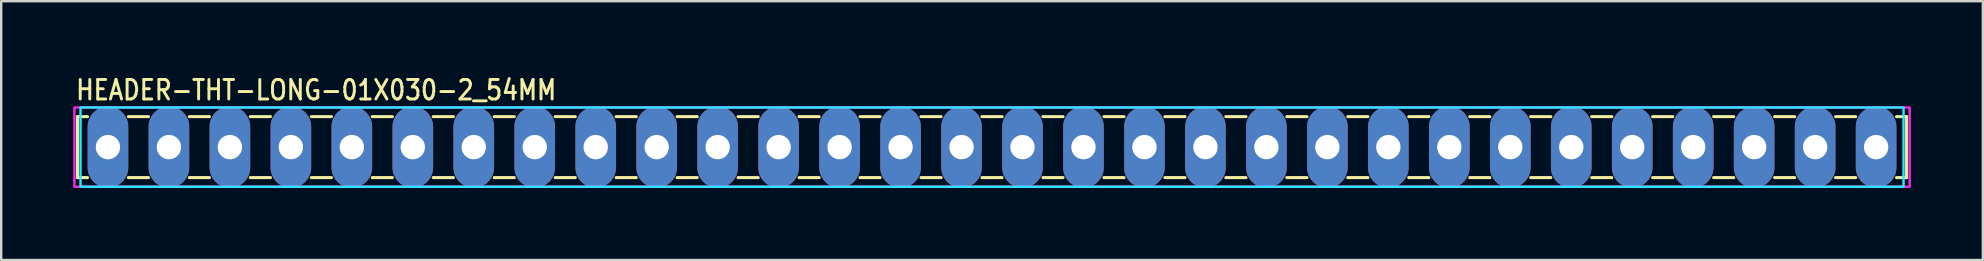
<source format=kicad_pcb>
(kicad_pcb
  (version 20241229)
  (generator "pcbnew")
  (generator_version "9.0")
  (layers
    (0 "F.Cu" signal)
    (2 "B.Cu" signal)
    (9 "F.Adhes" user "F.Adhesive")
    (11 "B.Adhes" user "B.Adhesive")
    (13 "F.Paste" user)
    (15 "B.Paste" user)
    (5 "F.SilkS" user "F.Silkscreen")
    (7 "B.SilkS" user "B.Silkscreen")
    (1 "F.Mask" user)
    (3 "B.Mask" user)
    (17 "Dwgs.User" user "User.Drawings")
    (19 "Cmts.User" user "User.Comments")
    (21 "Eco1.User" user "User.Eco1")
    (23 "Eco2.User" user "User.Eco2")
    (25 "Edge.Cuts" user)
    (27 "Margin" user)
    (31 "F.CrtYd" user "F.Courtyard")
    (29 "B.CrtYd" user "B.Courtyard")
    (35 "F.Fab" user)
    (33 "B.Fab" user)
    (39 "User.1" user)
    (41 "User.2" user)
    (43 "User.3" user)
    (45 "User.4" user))
  (footprint "HEADER-THT-LONG-01X030-2_54MM"
    (layer "F.Cu")
    (at 1.447 3.079)
    (property "Reference" "HEADER-THT-LONG-01X030-2_54MM" (at -1.4 -1.9 0) (unlocked yes) (layer "F.SilkS") (effects (font (size 0.813 0.695) (thickness 0.122)) (justify left bottom)))
    (fp_line (start -1.27 -1.27) (end -1.27 1.27) (stroke (width 0.127) (type solid)) (layer "F.SilkS"))
    (fp_line (start -1.27 1.27) (end -0.85 1.27) (stroke (width 0.127) (type solid)) (layer "F.SilkS"))
    (fp_line (start -0.85 -1.27) (end -1.27 -1.27) (stroke (width 0.127) (type solid)) (layer "F.SilkS"))
    (fp_line (start 0.85 -1.27) (end 1.69 -1.27) (stroke (width 0.127) (type solid)) (layer "F.SilkS"))
    (fp_line (start 0.85 1.27) (end 1.69 1.27) (stroke (width 0.127) (type solid)) (layer "F.SilkS"))
    (fp_line (start 3.39 -1.27) (end 4.23 -1.27) (stroke (width 0.127) (type solid)) (layer "F.SilkS"))
    (fp_line (start 3.39 1.27) (end 4.23 1.27) (stroke (width 0.127) (type solid)) (layer "F.SilkS"))
    (fp_line (start 5.93 -1.27) (end 6.77 -1.27) (stroke (width 0.127) (type solid)) (layer "F.SilkS"))
    (fp_line (start 5.93 1.27) (end 6.77 1.27) (stroke (width 0.127) (type solid)) (layer "F.SilkS"))
    (fp_line (start 8.47 -1.27) (end 9.31 -1.27) (stroke (width 0.127) (type solid)) (layer "F.SilkS"))
    (fp_line (start 8.47 1.27) (end 9.31 1.27) (stroke (width 0.127) (type solid)) (layer "F.SilkS"))
    (fp_line (start 11.01 -1.27) (end 11.85 -1.27) (stroke (width 0.127) (type solid)) (layer "F.SilkS"))
    (fp_line (start 11.01 1.27) (end 11.85 1.27) (stroke (width 0.127) (type solid)) (layer "F.SilkS"))
    (fp_line (start 13.55 -1.27) (end 14.39 -1.27) (stroke (width 0.127) (type solid)) (layer "F.SilkS"))
    (fp_line (start 13.55 1.27) (end 14.39 1.27) (stroke (width 0.127) (type solid)) (layer "F.SilkS"))
    (fp_line (start 16.09 -1.27) (end 16.93 -1.27) (stroke (width 0.127) (type solid)) (layer "F.SilkS"))
    (fp_line (start 16.09 1.27) (end 16.93 1.27) (stroke (width 0.127) (type solid)) (layer "F.SilkS"))
    (fp_line (start 18.63 -1.27) (end 19.47 -1.27) (stroke (width 0.127) (type solid)) (layer "F.SilkS"))
    (fp_line (start 18.63 1.27) (end 19.47 1.27) (stroke (width 0.127) (type solid)) (layer "F.SilkS"))
    (fp_line (start 21.17 -1.27) (end 22.01 -1.27) (stroke (width 0.127) (type solid)) (layer "F.SilkS"))
    (fp_line (start 21.17 1.27) (end 22.01 1.27) (stroke (width 0.127) (type solid)) (layer "F.SilkS"))
    (fp_line (start 23.71 -1.27) (end 24.55 -1.27) (stroke (width 0.127) (type solid)) (layer "F.SilkS"))
    (fp_line (start 23.71 1.27) (end 24.55 1.27) (stroke (width 0.127) (type solid)) (layer "F.SilkS"))
    (fp_line (start 26.25 -1.27) (end 27.09 -1.27) (stroke (width 0.127) (type solid)) (layer "F.SilkS"))
    (fp_line (start 26.25 1.27) (end 27.09 1.27) (stroke (width 0.127) (type solid)) (layer "F.SilkS"))
    (fp_line (start 28.79 -1.27) (end 29.63 -1.27) (stroke (width 0.127) (type solid)) (layer "F.SilkS"))
    (fp_line (start 28.79 1.27) (end 29.63 1.27) (stroke (width 0.127) (type solid)) (layer "F.SilkS"))
    (fp_line (start 31.33 -1.27) (end 32.17 -1.27) (stroke (width 0.127) (type solid)) (layer "F.SilkS"))
    (fp_line (start 31.33 1.27) (end 32.17 1.27) (stroke (width 0.127) (type solid)) (layer "F.SilkS"))
    (fp_line (start 33.87 -1.27) (end 34.71 -1.27) (stroke (width 0.127) (type solid)) (layer "F.SilkS"))
    (fp_line (start 33.87 1.27) (end 34.71 1.27) (stroke (width 0.127) (type solid)) (layer "F.SilkS"))
    (fp_line (start 36.41 -1.27) (end 37.25 -1.27) (stroke (width 0.127) (type solid)) (layer "F.SilkS"))
    (fp_line (start 36.41 1.27) (end 37.25 1.27) (stroke (width 0.127) (type solid)) (layer "F.SilkS"))
    (fp_line (start 38.95 -1.27) (end 39.79 -1.27) (stroke (width 0.127) (type solid)) (layer "F.SilkS"))
    (fp_line (start 38.95 1.27) (end 39.79 1.27) (stroke (width 0.127) (type solid)) (layer "F.SilkS"))
    (fp_line (start 41.49 -1.27) (end 42.33 -1.27) (stroke (width 0.127) (type solid)) (layer "F.SilkS"))
    (fp_line (start 41.49 1.27) (end 42.33 1.27) (stroke (width 0.127) (type solid)) (layer "F.SilkS"))
    (fp_line (start 44.03 -1.27) (end 44.87 -1.27) (stroke (width 0.127) (type solid)) (layer "F.SilkS"))
    (fp_line (start 44.03 1.27) (end 44.87 1.27) (stroke (width 0.127) (type solid)) (layer "F.SilkS"))
    (fp_line (start 46.57 -1.27) (end 47.41 -1.27) (stroke (width 0.127) (type solid)) (layer "F.SilkS"))
    (fp_line (start 46.57 1.27) (end 47.41 1.27) (stroke (width 0.127) (type solid)) (layer "F.SilkS"))
    (fp_line (start 49.11 -1.27) (end 49.95 -1.27) (stroke (width 0.127) (type solid)) (layer "F.SilkS"))
    (fp_line (start 49.11 1.27) (end 49.95 1.27) (stroke (width 0.127) (type solid)) (layer "F.SilkS"))
    (fp_line (start 51.65 -1.27) (end 52.49 -1.27) (stroke (width 0.127) (type solid)) (layer "F.SilkS"))
    (fp_line (start 51.65 1.27) (end 52.49 1.27) (stroke (width 0.127) (type solid)) (layer "F.SilkS"))
    (fp_line (start 54.19 -1.27) (end 55.03 -1.27) (stroke (width 0.127) (type solid)) (layer "F.SilkS"))
    (fp_line (start 54.19 1.27) (end 55.03 1.27) (stroke (width 0.127) (type solid)) (layer "F.SilkS"))
    (fp_line (start 56.73 -1.27) (end 57.57 -1.27) (stroke (width 0.127) (type solid)) (layer "F.SilkS"))
    (fp_line (start 56.73 1.27) (end 57.57 1.27) (stroke (width 0.127) (type solid)) (layer "F.SilkS"))
    (fp_line (start 59.27 -1.27) (end 60.11 -1.27) (stroke (width 0.127) (type solid)) (layer "F.SilkS"))
    (fp_line (start 59.27 1.27) (end 60.11 1.27) (stroke (width 0.127) (type solid)) (layer "F.SilkS"))
    (fp_line (start 61.81 -1.27) (end 62.65 -1.27) (stroke (width 0.127) (type solid)) (layer "F.SilkS"))
    (fp_line (start 61.81 1.27) (end 62.65 1.27) (stroke (width 0.127) (type solid)) (layer "F.SilkS"))
    (fp_line (start 64.35 -1.27) (end 65.19 -1.27) (stroke (width 0.127) (type solid)) (layer "F.SilkS"))
    (fp_line (start 64.35 1.27) (end 65.19 1.27) (stroke (width 0.127) (type solid)) (layer "F.SilkS"))
    (fp_line (start 66.89 -1.27) (end 67.73 -1.27) (stroke (width 0.127) (type solid)) (layer "F.SilkS"))
    (fp_line (start 66.89 1.27) (end 67.73 1.27) (stroke (width 0.127) (type solid)) (layer "F.SilkS"))
    (fp_line (start 69.43 -1.27) (end 70.27 -1.27) (stroke (width 0.127) (type solid)) (layer "F.SilkS"))
    (fp_line (start 69.43 1.27) (end 70.27 1.27) (stroke (width 0.127) (type solid)) (layer "F.SilkS"))
    (fp_line (start 71.97 -1.27) (end 72.81 -1.27) (stroke (width 0.127) (type solid)) (layer "F.SilkS"))
    (fp_line (start 71.97 1.27) (end 72.81 1.27) (stroke (width 0.127) (type solid)) (layer "F.SilkS"))
    (fp_line (start 74.51 -1.27) (end 74.93 -1.27) (stroke (width 0.127) (type solid)) (layer "F.SilkS"))
    (fp_line (start 74.93 -1.27) (end 74.93 1.27) (stroke (width 0.127) (type solid)) (layer "F.SilkS"))
    (fp_line (start 74.93 1.27) (end 74.51 1.27) (stroke (width 0.127) (type solid)) (layer "F.SilkS"))
    (fp_poly (pts (xy -1.143 -1.651) (xy 74.803 -1.651) (xy 74.803 1.651) (xy -1.143 1.651)) (stroke (width 0.1) (type solid)) (fill no) (layer "B.CrtYd"))
    (fp_poly (pts (xy -1.397 -1.651) (xy 75.057 -1.651) (xy 75.057 1.651) (xy -1.397 1.651)) (stroke (width 0.1) (type solid)) (fill no) (layer "F.CrtYd"))
    (pad "P$1" thru_hole oval (at 0 0 90) (size 3.387 1.693) (drill 1.016) (layers "*.Cu" "*.Mask"))
    (pad "P$2" thru_hole oval (at 2.54 0 90) (size 3.387 1.693) (drill 1.016) (layers "*.Cu" "*.Mask"))
    (pad "P$3" thru_hole oval (at 5.08 0 90) (size 3.387 1.693) (drill 1.016) (layers "*.Cu" "*.Mask"))
    (pad "P$4" thru_hole oval (at 7.62 0 90) (size 3.387 1.693) (drill 1.016) (layers "*.Cu" "*.Mask"))
    (pad "P$5" thru_hole oval (at 10.16 0 90) (size 3.387 1.693) (drill 1.016) (layers "*.Cu" "*.Mask"))
    (pad "P$6" thru_hole oval (at 12.7 0 90) (size 3.387 1.693) (drill 1.016) (layers "*.Cu" "*.Mask"))
    (pad "P$7" thru_hole oval (at 15.24 0 90) (size 3.387 1.693) (drill 1.016) (layers "*.Cu" "*.Mask"))
    (pad "P$8" thru_hole oval (at 17.78 0 90) (size 3.387 1.693) (drill 1.016) (layers "*.Cu" "*.Mask"))
    (pad "P$9" thru_hole oval (at 20.32 0 90) (size 3.387 1.693) (drill 1.016) (layers "*.Cu" "*.Mask"))
    (pad "P$10" thru_hole oval (at 22.86 0 90) (size 3.387 1.693) (drill 1.016) (layers "*.Cu" "*.Mask"))
    (pad "P$11" thru_hole oval (at 25.4 0 90) (size 3.387 1.693) (drill 1.016) (layers "*.Cu" "*.Mask"))
    (pad "P$12" thru_hole oval (at 27.94 0 90) (size 3.387 1.693) (drill 1.016) (layers "*.Cu" "*.Mask"))
    (pad "P$13" thru_hole oval (at 30.48 0 90) (size 3.387 1.693) (drill 1.016) (layers "*.Cu" "*.Mask"))
    (pad "P$14" thru_hole oval (at 33.02 0 90) (size 3.387 1.693) (drill 1.016) (layers "*.Cu" "*.Mask"))
    (pad "P$15" thru_hole oval (at 35.56 0 90) (size 3.387 1.693) (drill 1.016) (layers "*.Cu" "*.Mask"))
    (pad "P$16" thru_hole oval (at 38.1 0 90) (size 3.387 1.693) (drill 1.016) (layers "*.Cu" "*.Mask"))
    (pad "P$17" thru_hole oval (at 40.64 0 90) (size 3.387 1.693) (drill 1.016) (layers "*.Cu" "*.Mask"))
    (pad "P$18" thru_hole oval (at 43.18 0 90) (size 3.387 1.693) (drill 1.016) (layers "*.Cu" "*.Mask"))
    (pad "P$19" thru_hole oval (at 45.72 0 90) (size 3.387 1.693) (drill 1.016) (layers "*.Cu" "*.Mask"))
    (pad "P$20" thru_hole oval (at 48.26 0 90) (size 3.387 1.693) (drill 1.016) (layers "*.Cu" "*.Mask"))
    (pad "P$21" thru_hole oval (at 50.8 0 90) (size 3.387 1.693) (drill 1.016) (layers "*.Cu" "*.Mask"))
    (pad "P$22" thru_hole oval (at 53.34 0 90) (size 3.387 1.693) (drill 1.016) (layers "*.Cu" "*.Mask"))
    (pad "P$23" thru_hole oval (at 55.88 0 90) (size 3.387 1.693) (drill 1.016) (layers "*.Cu" "*.Mask"))
    (pad "P$24" thru_hole oval (at 58.42 0 90) (size 3.387 1.693) (drill 1.016) (layers "*.Cu" "*.Mask"))
    (pad "P$25" thru_hole oval (at 60.96 0 90) (size 3.387 1.693) (drill 1.016) (layers "*.Cu" "*.Mask"))
    (pad "P$26" thru_hole oval (at 63.5 0 90) (size 3.387 1.693) (drill 1.016) (layers "*.Cu" "*.Mask"))
    (pad "P$27" thru_hole oval (at 66.04 0 90) (size 3.387 1.693) (drill 1.016) (layers "*.Cu" "*.Mask"))
    (pad "P$28" thru_hole oval (at 68.58 0 90) (size 3.387 1.693) (drill 1.016) (layers "*.Cu" "*.Mask"))
    (pad "P$29" thru_hole oval (at 71.12 0 90) (size 3.387 1.693) (drill 1.016) (layers "*.Cu" "*.Mask"))
    (pad "P$30" thru_hole oval (at 73.66 0 90) (size 3.387 1.693) (drill 1.016) (layers "*.Cu" "*.Mask")))
  (gr_rect
    (start -3 -3)
    (end 79.554 7.78)
    (stroke (width 0.1) (type default))
    (fill no)
    (layer "Edge.Cuts")))
</source>
